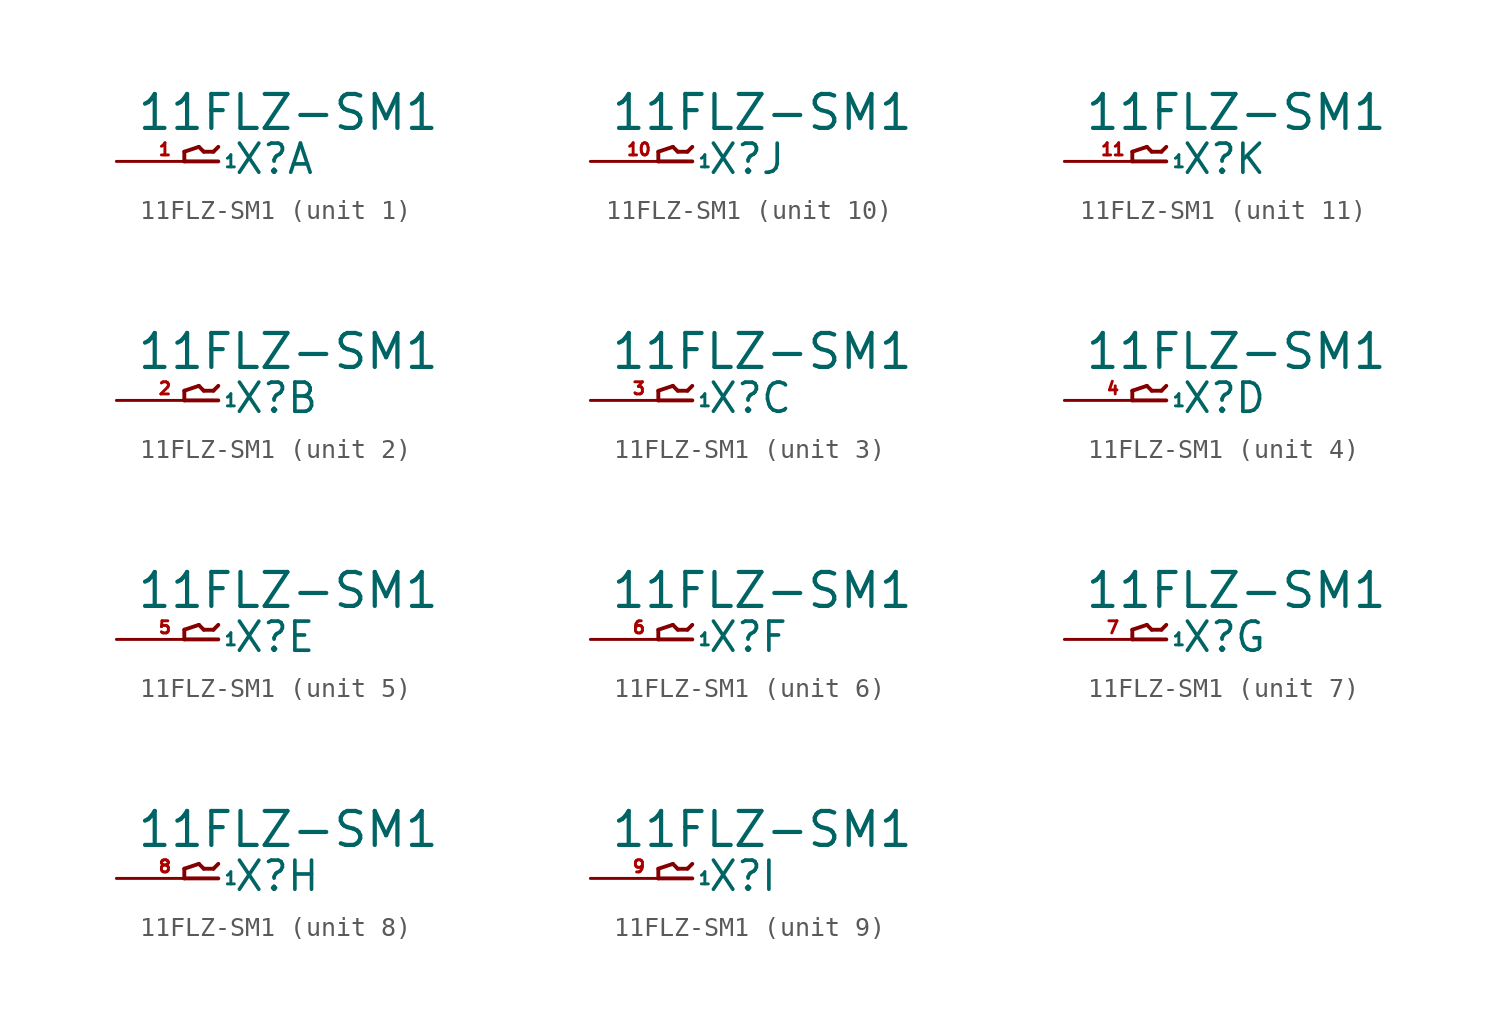
<source format=kicad_sym>
(kicad_symbol_lib
  (version 20220914)
  (generator Eagle2Kicad)
  (symbol "11FLZ-SM1"
    (property "Reference" "X"
      (at 1.016 -0.762 0)
      (effects (font (size 1.524 1.524) (thickness 0.19)) (justify left bottom)))
    (property "Value" "11FLZ-SM1"
      (at -4.064 1.524 0)
      (effects (font (size 1.778 1.778) (thickness 0.22)) (justify left bottom)))
    (symbol "11FLZ-SM1_1_0"
      (polyline (pts (xy 0.254 0) (xy -1.524 0)) (stroke (width 0.203) (type default)) (fill (type none)))
      (polyline (pts (xy -1.524 0) (xy -1.524 0.508)) (stroke (width 0.203) (type default)) (fill (type none)))
      (polyline (pts (xy -1.524 0.508) (xy -0.762 0.762)) (stroke (width 0.203) (type default)) (fill (type none)))
      (polyline (pts (xy -0.762 0.762) (xy -0.508 0.508)) (stroke (width 0.203) (type default)) (fill (type none)))
      (polyline (pts (xy -0.508 0.508) (xy 0 0.508)) (stroke (width 0.203) (type default)) (fill (type none)))
      (polyline (pts (xy 0 0.508) (xy 0.254 0.762)) (stroke (width 0.203) (type default)) (fill (type none)))
      (pin passive line (at -5.08 0 0) (length 5.08) (name "1" (effects (font (size 0.635 0.635) (thickness 0.08)) (justify left bottom))) (number "1" (effects (font (size 0.635 0.635) (thickness 0.08)) (justify left bottom)))))
    (symbol "11FLZ-SM1_2_0"
      (polyline (pts (xy 0.254 0) (xy -1.524 0)) (stroke (width 0.203) (type default)) (fill (type none)))
      (polyline (pts (xy -1.524 0) (xy -1.524 0.508)) (stroke (width 0.203) (type default)) (fill (type none)))
      (polyline (pts (xy -1.524 0.508) (xy -0.762 0.762)) (stroke (width 0.203) (type default)) (fill (type none)))
      (polyline (pts (xy -0.762 0.762) (xy -0.508 0.508)) (stroke (width 0.203) (type default)) (fill (type none)))
      (polyline (pts (xy -0.508 0.508) (xy 0 0.508)) (stroke (width 0.203) (type default)) (fill (type none)))
      (polyline (pts (xy 0 0.508) (xy 0.254 0.762)) (stroke (width 0.203) (type default)) (fill (type none)))
      (pin passive line (at -5.08 0 0) (length 5.08) (name "1" (effects (font (size 0.635 0.635) (thickness 0.08)) (justify left bottom))) (number "2" (effects (font (size 0.635 0.635) (thickness 0.08)) (justify left bottom)))))
    (symbol "11FLZ-SM1_3_0"
      (polyline (pts (xy 0.254 0) (xy -1.524 0)) (stroke (width 0.203) (type default)) (fill (type none)))
      (polyline (pts (xy -1.524 0) (xy -1.524 0.508)) (stroke (width 0.203) (type default)) (fill (type none)))
      (polyline (pts (xy -1.524 0.508) (xy -0.762 0.762)) (stroke (width 0.203) (type default)) (fill (type none)))
      (polyline (pts (xy -0.762 0.762) (xy -0.508 0.508)) (stroke (width 0.203) (type default)) (fill (type none)))
      (polyline (pts (xy -0.508 0.508) (xy 0 0.508)) (stroke (width 0.203) (type default)) (fill (type none)))
      (polyline (pts (xy 0 0.508) (xy 0.254 0.762)) (stroke (width 0.203) (type default)) (fill (type none)))
      (pin passive line (at -5.08 0 0) (length 5.08) (name "1" (effects (font (size 0.635 0.635) (thickness 0.08)) (justify left bottom))) (number "3" (effects (font (size 0.635 0.635) (thickness 0.08)) (justify left bottom)))))
    (symbol "11FLZ-SM1_4_0"
      (polyline (pts (xy 0.254 0) (xy -1.524 0)) (stroke (width 0.203) (type default)) (fill (type none)))
      (polyline (pts (xy -1.524 0) (xy -1.524 0.508)) (stroke (width 0.203) (type default)) (fill (type none)))
      (polyline (pts (xy -1.524 0.508) (xy -0.762 0.762)) (stroke (width 0.203) (type default)) (fill (type none)))
      (polyline (pts (xy -0.762 0.762) (xy -0.508 0.508)) (stroke (width 0.203) (type default)) (fill (type none)))
      (polyline (pts (xy -0.508 0.508) (xy 0 0.508)) (stroke (width 0.203) (type default)) (fill (type none)))
      (polyline (pts (xy 0 0.508) (xy 0.254 0.762)) (stroke (width 0.203) (type default)) (fill (type none)))
      (pin passive line (at -5.08 0 0) (length 5.08) (name "1" (effects (font (size 0.635 0.635) (thickness 0.08)) (justify left bottom))) (number "4" (effects (font (size 0.635 0.635) (thickness 0.08)) (justify left bottom)))))
    (symbol "11FLZ-SM1_5_0"
      (polyline (pts (xy 0.254 0) (xy -1.524 0)) (stroke (width 0.203) (type default)) (fill (type none)))
      (polyline (pts (xy -1.524 0) (xy -1.524 0.508)) (stroke (width 0.203) (type default)) (fill (type none)))
      (polyline (pts (xy -1.524 0.508) (xy -0.762 0.762)) (stroke (width 0.203) (type default)) (fill (type none)))
      (polyline (pts (xy -0.762 0.762) (xy -0.508 0.508)) (stroke (width 0.203) (type default)) (fill (type none)))
      (polyline (pts (xy -0.508 0.508) (xy 0 0.508)) (stroke (width 0.203) (type default)) (fill (type none)))
      (polyline (pts (xy 0 0.508) (xy 0.254 0.762)) (stroke (width 0.203) (type default)) (fill (type none)))
      (pin passive line (at -5.08 0 0) (length 5.08) (name "1" (effects (font (size 0.635 0.635) (thickness 0.08)) (justify left bottom))) (number "5" (effects (font (size 0.635 0.635) (thickness 0.08)) (justify left bottom)))))
    (symbol "11FLZ-SM1_6_0"
      (polyline (pts (xy 0.254 0) (xy -1.524 0)) (stroke (width 0.203) (type default)) (fill (type none)))
      (polyline (pts (xy -1.524 0) (xy -1.524 0.508)) (stroke (width 0.203) (type default)) (fill (type none)))
      (polyline (pts (xy -1.524 0.508) (xy -0.762 0.762)) (stroke (width 0.203) (type default)) (fill (type none)))
      (polyline (pts (xy -0.762 0.762) (xy -0.508 0.508)) (stroke (width 0.203) (type default)) (fill (type none)))
      (polyline (pts (xy -0.508 0.508) (xy 0 0.508)) (stroke (width 0.203) (type default)) (fill (type none)))
      (polyline (pts (xy 0 0.508) (xy 0.254 0.762)) (stroke (width 0.203) (type default)) (fill (type none)))
      (pin passive line (at -5.08 0 0) (length 5.08) (name "1" (effects (font (size 0.635 0.635) (thickness 0.08)) (justify left bottom))) (number "6" (effects (font (size 0.635 0.635) (thickness 0.08)) (justify left bottom)))))
    (symbol "11FLZ-SM1_7_0"
      (polyline (pts (xy 0.254 0) (xy -1.524 0)) (stroke (width 0.203) (type default)) (fill (type none)))
      (polyline (pts (xy -1.524 0) (xy -1.524 0.508)) (stroke (width 0.203) (type default)) (fill (type none)))
      (polyline (pts (xy -1.524 0.508) (xy -0.762 0.762)) (stroke (width 0.203) (type default)) (fill (type none)))
      (polyline (pts (xy -0.762 0.762) (xy -0.508 0.508)) (stroke (width 0.203) (type default)) (fill (type none)))
      (polyline (pts (xy -0.508 0.508) (xy 0 0.508)) (stroke (width 0.203) (type default)) (fill (type none)))
      (polyline (pts (xy 0 0.508) (xy 0.254 0.762)) (stroke (width 0.203) (type default)) (fill (type none)))
      (pin passive line (at -5.08 0 0) (length 5.08) (name "1" (effects (font (size 0.635 0.635) (thickness 0.08)) (justify left bottom))) (number "7" (effects (font (size 0.635 0.635) (thickness 0.08)) (justify left bottom)))))
    (symbol "11FLZ-SM1_8_0"
      (polyline (pts (xy 0.254 0) (xy -1.524 0)) (stroke (width 0.203) (type default)) (fill (type none)))
      (polyline (pts (xy -1.524 0) (xy -1.524 0.508)) (stroke (width 0.203) (type default)) (fill (type none)))
      (polyline (pts (xy -1.524 0.508) (xy -0.762 0.762)) (stroke (width 0.203) (type default)) (fill (type none)))
      (polyline (pts (xy -0.762 0.762) (xy -0.508 0.508)) (stroke (width 0.203) (type default)) (fill (type none)))
      (polyline (pts (xy -0.508 0.508) (xy 0 0.508)) (stroke (width 0.203) (type default)) (fill (type none)))
      (polyline (pts (xy 0 0.508) (xy 0.254 0.762)) (stroke (width 0.203) (type default)) (fill (type none)))
      (pin passive line (at -5.08 0 0) (length 5.08) (name "1" (effects (font (size 0.635 0.635) (thickness 0.08)) (justify left bottom))) (number "8" (effects (font (size 0.635 0.635) (thickness 0.08)) (justify left bottom)))))
    (symbol "11FLZ-SM1_9_0"
      (polyline (pts (xy 0.254 0) (xy -1.524 0)) (stroke (width 0.203) (type default)) (fill (type none)))
      (polyline (pts (xy -1.524 0) (xy -1.524 0.508)) (stroke (width 0.203) (type default)) (fill (type none)))
      (polyline (pts (xy -1.524 0.508) (xy -0.762 0.762)) (stroke (width 0.203) (type default)) (fill (type none)))
      (polyline (pts (xy -0.762 0.762) (xy -0.508 0.508)) (stroke (width 0.203) (type default)) (fill (type none)))
      (polyline (pts (xy -0.508 0.508) (xy 0 0.508)) (stroke (width 0.203) (type default)) (fill (type none)))
      (polyline (pts (xy 0 0.508) (xy 0.254 0.762)) (stroke (width 0.203) (type default)) (fill (type none)))
      (pin passive line (at -5.08 0 0) (length 5.08) (name "1" (effects (font (size 0.635 0.635) (thickness 0.08)) (justify left bottom))) (number "9" (effects (font (size 0.635 0.635) (thickness 0.08)) (justify left bottom)))))
    (symbol "11FLZ-SM1_10_0"
      (polyline (pts (xy 0.254 0) (xy -1.524 0)) (stroke (width 0.203) (type default)) (fill (type none)))
      (polyline (pts (xy -1.524 0) (xy -1.524 0.508)) (stroke (width 0.203) (type default)) (fill (type none)))
      (polyline (pts (xy -1.524 0.508) (xy -0.762 0.762)) (stroke (width 0.203) (type default)) (fill (type none)))
      (polyline (pts (xy -0.762 0.762) (xy -0.508 0.508)) (stroke (width 0.203) (type default)) (fill (type none)))
      (polyline (pts (xy -0.508 0.508) (xy 0 0.508)) (stroke (width 0.203) (type default)) (fill (type none)))
      (polyline (pts (xy 0 0.508) (xy 0.254 0.762)) (stroke (width 0.203) (type default)) (fill (type none)))
      (pin passive line (at -5.08 0 0) (length 5.08) (name "1" (effects (font (size 0.635 0.635) (thickness 0.08)) (justify left bottom))) (number "10" (effects (font (size 0.635 0.635) (thickness 0.08)) (justify left bottom)))))
    (symbol "11FLZ-SM1_11_0"
      (polyline (pts (xy 0.254 0) (xy -1.524 0)) (stroke (width 0.203) (type default)) (fill (type none)))
      (polyline (pts (xy -1.524 0) (xy -1.524 0.508)) (stroke (width 0.203) (type default)) (fill (type none)))
      (polyline (pts (xy -1.524 0.508) (xy -0.762 0.762)) (stroke (width 0.203) (type default)) (fill (type none)))
      (polyline (pts (xy -0.762 0.762) (xy -0.508 0.508)) (stroke (width 0.203) (type default)) (fill (type none)))
      (polyline (pts (xy -0.508 0.508) (xy 0 0.508)) (stroke (width 0.203) (type default)) (fill (type none)))
      (polyline (pts (xy 0 0.508) (xy 0.254 0.762)) (stroke (width 0.203) (type default)) (fill (type none)))
      (pin passive line (at -5.08 0 0) (length 5.08) (name "1" (effects (font (size 0.635 0.635) (thickness 0.08)) (justify left bottom))) (number "11" (effects (font (size 0.635 0.635) (thickness 0.08)) (justify left bottom)))))))
</source>
